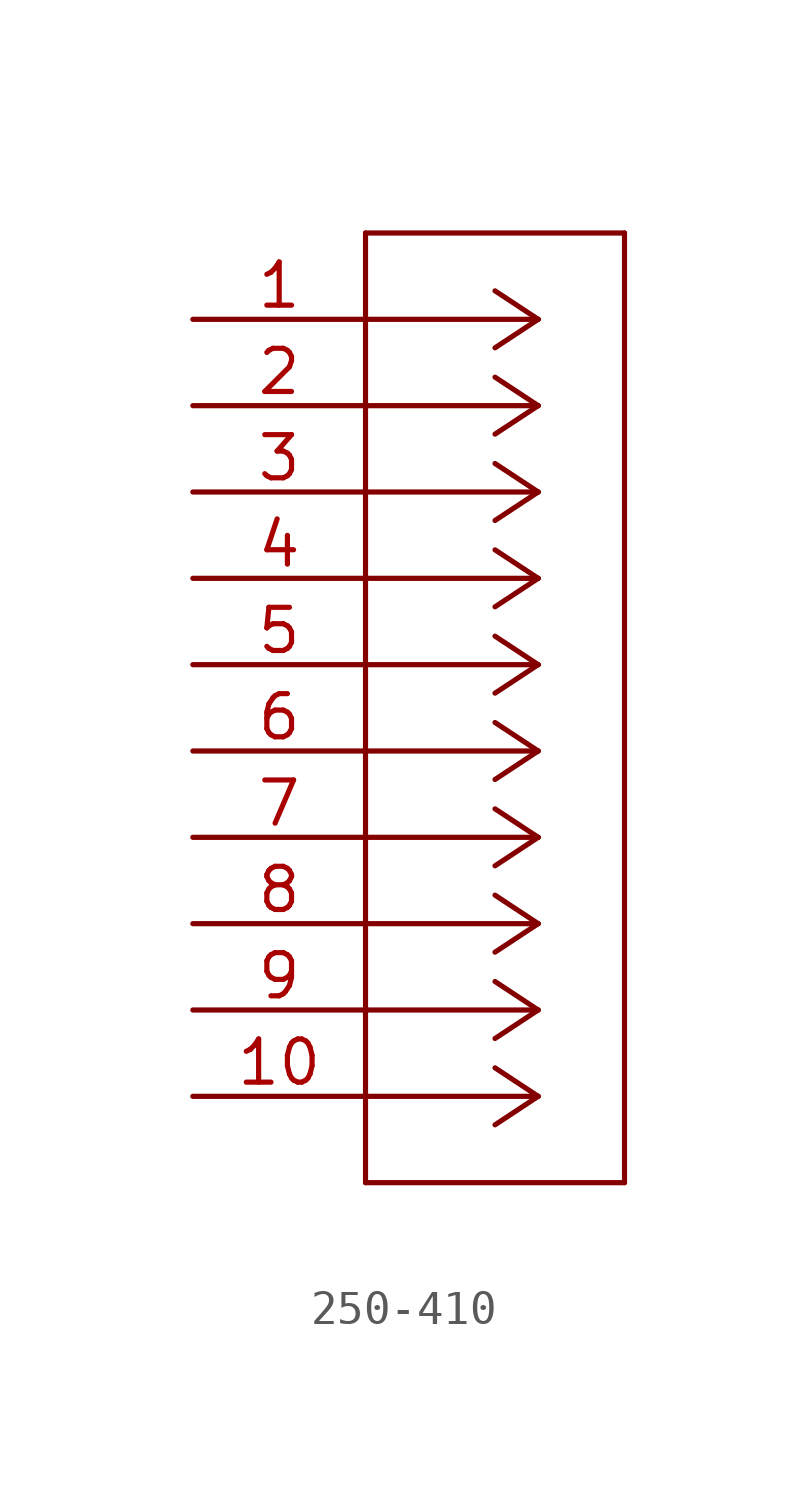
<source format=kicad_sym>
(kicad_symbol_lib
  (version 20220914)
  (generator kicad_symbol_editor)
  (symbol "250-410"
    (property "Reference" "J"
      (at 4.166 5.309 0)
      (effects (font (size 2.083 1.77)) (justify left bottom) hide))
    (property "ki_locked" ""
      (at 0 0 0)
      (effects (font (size 1.27 1.27))))
    (symbol "250-410_1_0"
      (polyline (pts (xy 5.08 -25.4) (xy 12.7 -25.4)) (stroke (width 0.152) (type solid)) (fill (type none)))
      (polyline (pts (xy 5.08 2.54) (xy 5.08 -25.4)) (stroke (width 0.152) (type solid)) (fill (type none)))
      (polyline (pts (xy 10.16 -22.86) (xy 5.08 -22.86)) (stroke (width 0.152) (type solid)) (fill (type none)))
      (polyline (pts (xy 10.16 -22.86) (xy 8.89 -23.698)) (stroke (width 0.152) (type solid)) (fill (type none)))
      (polyline (pts (xy 10.16 -22.86) (xy 8.89 -22.022)) (stroke (width 0.152) (type solid)) (fill (type none)))
      (polyline (pts (xy 10.16 -20.32) (xy 5.08 -20.32)) (stroke (width 0.152) (type solid)) (fill (type none)))
      (polyline (pts (xy 10.16 -20.32) (xy 8.89 -21.158)) (stroke (width 0.152) (type solid)) (fill (type none)))
      (polyline (pts (xy 10.16 -20.32) (xy 8.89 -19.482)) (stroke (width 0.152) (type solid)) (fill (type none)))
      (polyline (pts (xy 10.16 -17.78) (xy 5.08 -17.78)) (stroke (width 0.152) (type solid)) (fill (type none)))
      (polyline (pts (xy 10.16 -17.78) (xy 8.89 -18.618)) (stroke (width 0.152) (type solid)) (fill (type none)))
      (polyline (pts (xy 10.16 -17.78) (xy 8.89 -16.942)) (stroke (width 0.152) (type solid)) (fill (type none)))
      (polyline (pts (xy 10.16 -15.24) (xy 5.08 -15.24)) (stroke (width 0.152) (type solid)) (fill (type none)))
      (polyline (pts (xy 10.16 -15.24) (xy 8.89 -16.078)) (stroke (width 0.152) (type solid)) (fill (type none)))
      (polyline (pts (xy 10.16 -15.24) (xy 8.89 -14.402)) (stroke (width 0.152) (type solid)) (fill (type none)))
      (polyline (pts (xy 10.16 -12.7) (xy 5.08 -12.7)) (stroke (width 0.152) (type solid)) (fill (type none)))
      (polyline (pts (xy 10.16 -12.7) (xy 8.89 -13.538)) (stroke (width 0.152) (type solid)) (fill (type none)))
      (polyline (pts (xy 10.16 -12.7) (xy 8.89 -11.862)) (stroke (width 0.152) (type solid)) (fill (type none)))
      (polyline (pts (xy 10.16 -10.16) (xy 5.08 -10.16)) (stroke (width 0.152) (type solid)) (fill (type none)))
      (polyline (pts (xy 10.16 -10.16) (xy 8.89 -10.998)) (stroke (width 0.152) (type solid)) (fill (type none)))
      (polyline (pts (xy 10.16 -10.16) (xy 8.89 -9.322)) (stroke (width 0.152) (type solid)) (fill (type none)))
      (polyline (pts (xy 10.16 -7.62) (xy 5.08 -7.62)) (stroke (width 0.152) (type solid)) (fill (type none)))
      (polyline (pts (xy 10.16 -7.62) (xy 8.89 -8.458)) (stroke (width 0.152) (type solid)) (fill (type none)))
      (polyline (pts (xy 10.16 -7.62) (xy 8.89 -6.782)) (stroke (width 0.152) (type solid)) (fill (type none)))
      (polyline (pts (xy 10.16 -5.08) (xy 5.08 -5.08)) (stroke (width 0.152) (type solid)) (fill (type none)))
      (polyline (pts (xy 10.16 -5.08) (xy 8.89 -5.918)) (stroke (width 0.152) (type solid)) (fill (type none)))
      (polyline (pts (xy 10.16 -5.08) (xy 8.89 -4.242)) (stroke (width 0.152) (type solid)) (fill (type none)))
      (polyline (pts (xy 10.16 -2.54) (xy 5.08 -2.54)) (stroke (width 0.152) (type solid)) (fill (type none)))
      (polyline (pts (xy 10.16 -2.54) (xy 8.89 -3.378)) (stroke (width 0.152) (type solid)) (fill (type none)))
      (polyline (pts (xy 10.16 -2.54) (xy 8.89 -1.702)) (stroke (width 0.152) (type solid)) (fill (type none)))
      (polyline (pts (xy 10.16 0) (xy 5.08 0)) (stroke (width 0.152) (type solid)) (fill (type none)))
      (polyline (pts (xy 10.16 0) (xy 8.89 -0.838)) (stroke (width 0.152) (type solid)) (fill (type none)))
      (polyline (pts (xy 10.16 0) (xy 8.89 0.838)) (stroke (width 0.152) (type solid)) (fill (type none)))
      (polyline (pts (xy 12.7 -25.4) (xy 12.7 2.54)) (stroke (width 0.152) (type solid)) (fill (type none)))
      (polyline (pts (xy 12.7 2.54) (xy 5.08 2.54)) (stroke (width 0.152) (type solid)) (fill (type none)))
      (pin passive line (at 0 0 0) (length 5.08) (name "1" (effects (font (size 0 0)))) (number "1" (effects (font (size 1.27 1.27)))))
      (pin passive line (at 0 -22.86 0) (length 5.08) (name "10" (effects (font (size 0 0)))) (number "10" (effects (font (size 1.27 1.27)))))
      (pin passive line (at 0 -2.54 0) (length 5.08) (name "2" (effects (font (size 0 0)))) (number "2" (effects (font (size 1.27 1.27)))))
      (pin passive line (at 0 -5.08 0) (length 5.08) (name "3" (effects (font (size 0 0)))) (number "3" (effects (font (size 1.27 1.27)))))
      (pin passive line (at 0 -7.62 0) (length 5.08) (name "4" (effects (font (size 0 0)))) (number "4" (effects (font (size 1.27 1.27)))))
      (pin passive line (at 0 -10.16 0) (length 5.08) (name "5" (effects (font (size 0 0)))) (number "5" (effects (font (size 1.27 1.27)))))
      (pin passive line (at 0 -12.7 0) (length 5.08) (name "6" (effects (font (size 0 0)))) (number "6" (effects (font (size 1.27 1.27)))))
      (pin passive line (at 0 -15.24 0) (length 5.08) (name "7" (effects (font (size 0 0)))) (number "7" (effects (font (size 1.27 1.27)))))
      (pin passive line (at 0 -17.78 0) (length 5.08) (name "8" (effects (font (size 0 0)))) (number "8" (effects (font (size 1.27 1.27)))))
      (pin passive line (at 0 -20.32 0) (length 5.08) (name "9" (effects (font (size 0 0)))) (number "9" (effects (font (size 1.27 1.27))))))))
</source>
